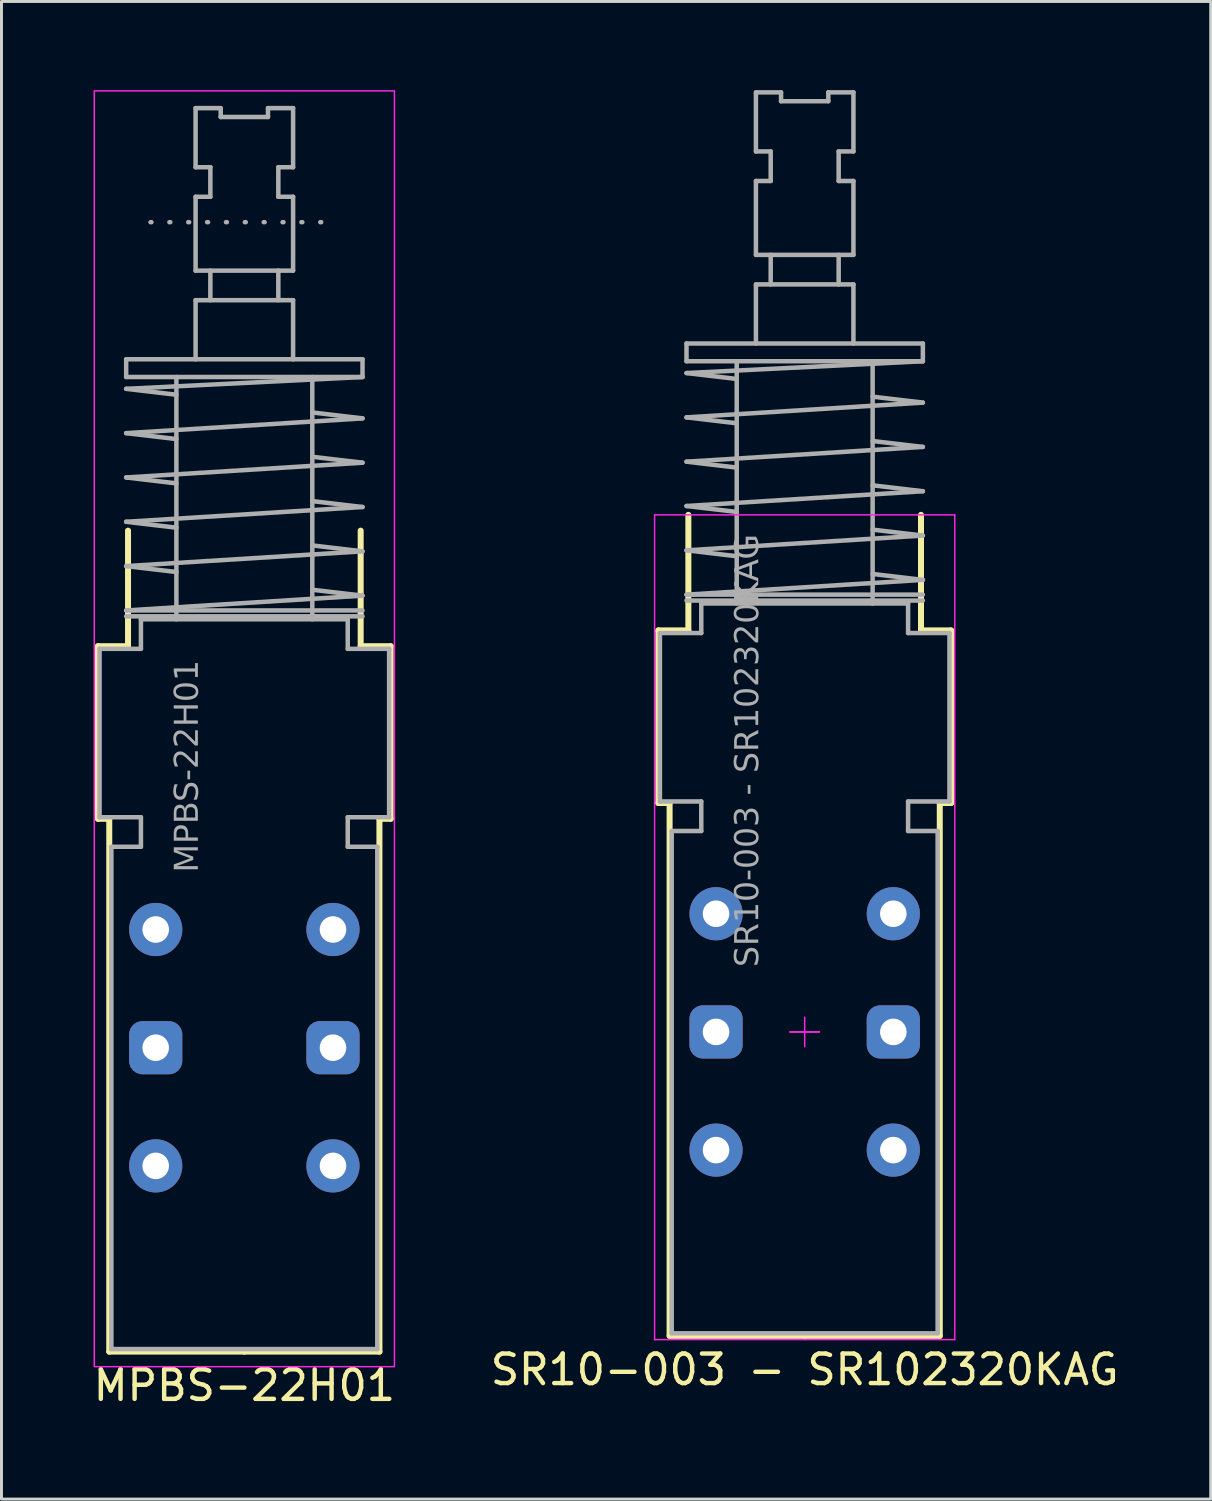
<source format=kicad_pcb>
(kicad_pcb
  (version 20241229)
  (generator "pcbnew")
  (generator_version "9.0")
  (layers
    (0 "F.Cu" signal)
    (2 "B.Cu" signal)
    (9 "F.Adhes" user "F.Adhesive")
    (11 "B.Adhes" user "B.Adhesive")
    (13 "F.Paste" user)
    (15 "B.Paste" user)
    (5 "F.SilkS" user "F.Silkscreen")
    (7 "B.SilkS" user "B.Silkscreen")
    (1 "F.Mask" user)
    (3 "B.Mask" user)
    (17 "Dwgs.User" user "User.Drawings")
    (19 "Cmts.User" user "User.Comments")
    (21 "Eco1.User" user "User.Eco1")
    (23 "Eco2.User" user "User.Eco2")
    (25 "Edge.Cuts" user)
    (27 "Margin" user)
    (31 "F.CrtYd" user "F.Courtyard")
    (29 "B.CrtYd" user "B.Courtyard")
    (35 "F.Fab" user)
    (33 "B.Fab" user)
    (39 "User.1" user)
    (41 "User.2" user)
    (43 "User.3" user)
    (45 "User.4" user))
  (footprint "SR10-003 - SR102320KAG"
    (layer "F.Cu")
    (at 24.185 31.876)
    (property "Reference" "SR10-003 - SR102320KAG" (at 0 11.43 0) (layer "F.SilkS") (effects (font (size 1 1) (thickness 0.15))))
    (attr through_hole)
    (fp_line (start -4.953 -13.589) (end -3.937 -13.589) (stroke (width 0.203) (type solid)) (layer "F.SilkS"))
    (fp_line (start -4.953 -7.747) (end -4.953 -13.589) (stroke (width 0.203) (type solid)) (layer "F.SilkS"))
    (fp_line (start -4.953 -7.747) (end -4.572 -7.747) (stroke (width 0.203) (type solid)) (layer "F.SilkS"))
    (fp_line (start -4.572 10.287) (end -4.572 -7.747) (stroke (width 0.203) (type solid)) (layer "F.SilkS"))
    (fp_line (start -4.572 10.287) (end 0 10.287) (stroke (width 0.203) (type solid)) (layer "F.SilkS"))
    (fp_line (start -3.937 -17.5) (end -3.937 -13.589) (stroke (width 0.203) (type solid)) (layer "F.SilkS"))
    (fp_line (start 3.937 -17.5) (end 3.937 -13.589) (stroke (width 0.203) (type solid)) (layer "F.SilkS"))
    (fp_line (start 4.572 10.287) (end 0 10.287) (stroke (width 0.203) (type solid)) (layer "F.SilkS"))
    (fp_line (start 4.572 10.287) (end 4.572 -7.747) (stroke (width 0.203) (type solid)) (layer "F.SilkS"))
    (fp_line (start 4.953 -13.589) (end 3.937 -13.589) (stroke (width 0.203) (type solid)) (layer "F.SilkS"))
    (fp_line (start 4.953 -7.747) (end 4.572 -7.747) (stroke (width 0.203) (type solid)) (layer "F.SilkS"))
    (fp_line (start 4.953 -7.747) (end 4.953 -13.589) (stroke (width 0.203) (type solid)) (layer "F.SilkS"))
    (fp_line (start -5.08 -17.5) (end -5.08 10.414) (stroke (width 0.05) (type solid)) (layer "F.CrtYd"))
    (fp_line (start -5.08 -17.5) (end 5.08 -17.5) (stroke (width 0.05) (type solid)) (layer "F.CrtYd"))
    (fp_line (start -0.5 0) (end 0.5 0) (stroke (width 0.05) (type default)) (layer "F.CrtYd"))
    (fp_line (start -0.5 0) (end 0.5 0) (stroke (width 0.05) (type default)) (layer "F.CrtYd"))
    (fp_line (start 0 0.5) (end 0 -0.5) (stroke (width 0.05) (type default)) (layer "F.CrtYd"))
    (fp_line (start 0 10.414) (end -5.08 10.414) (stroke (width 0.05) (type solid)) (layer "F.CrtYd"))
    (fp_line (start 0 10.414) (end 5.08 10.414) (stroke (width 0.05) (type solid)) (layer "F.CrtYd"))
    (fp_line (start 5.08 -17.5) (end 5.08 10.414) (stroke (width 0.05) (type solid)) (layer "F.CrtYd"))
    (fp_line (start -4.9 -13.5) (end -3.5 -13.5) (stroke (width 0.152) (type default)) (layer "F.Fab"))
    (fp_line (start -4.9 -7.8) (end -4.9 -13.5) (stroke (width 0.152) (type default)) (layer "F.Fab"))
    (fp_line (start -4.9 -7.8) (end -3.5 -7.8) (stroke (width 0.152) (type default)) (layer "F.Fab"))
    (fp_line (start -4.5 -6.8) (end -4.5 10.2) (stroke (width 0.152) (type default)) (layer "F.Fab"))
    (fp_line (start -4.5 10.2) (end 4.5 10.2) (stroke (width 0.152) (type default)) (layer "F.Fab"))
    (fp_line (start -4 -23.3) (end 4 -23.3) (stroke (width 0.152) (type default)) (layer "F.Fab"))
    (fp_line (start -4 -22.7) (end -4 -23.3) (stroke (width 0.152) (type default)) (layer "F.Fab"))
    (fp_line (start -4 -22.7) (end 4 -22.7) (stroke (width 0.152) (type default)) (layer "F.Fab"))
    (fp_line (start -4 -22.3) (end 4 -22.7) (stroke (width 0.152) (type default)) (layer "F.Fab"))
    (fp_line (start -4 -20.8) (end 4 -21.3) (stroke (width 0.152) (type default)) (layer "F.Fab"))
    (fp_line (start -4 -19.3) (end 4 -19.8) (stroke (width 0.152) (type default)) (layer "F.Fab"))
    (fp_line (start -4 -17.8) (end 4 -18.3) (stroke (width 0.152) (type default)) (layer "F.Fab"))
    (fp_line (start -4 -16.3) (end 4 -16.8) (stroke (width 0.152) (type default)) (layer "F.Fab"))
    (fp_line (start -4 -14.8) (end 4 -15.3) (stroke (width 0.152) (type default)) (layer "F.Fab"))
    (fp_line (start -4 -14.8) (end 4 -14.8) (stroke (width 0.152) (type default)) (layer "F.Fab"))
    (fp_line (start -4 -14.6) (end 4 -14.6) (stroke (width 0.152) (type default)) (layer "F.Fab"))
    (fp_line (start -3.5 -13.5) (end -3.5 -14.5) (stroke (width 0.152) (type default)) (layer "F.Fab"))
    (fp_line (start -3.5 -6.8) (end -4.5 -6.8) (stroke (width 0.152) (type default)) (layer "F.Fab"))
    (fp_line (start -3.5 -6.8) (end -3.5 -7.8) (stroke (width 0.152) (type default)) (layer "F.Fab"))
    (fp_line (start -2.3 -22.1) (end -4 -22.3) (stroke (width 0.152) (type default)) (layer "F.Fab"))
    (fp_line (start -2.3 -20.6) (end -4 -20.8) (stroke (width 0.152) (type default)) (layer "F.Fab"))
    (fp_line (start -2.3 -19.1) (end -4 -19.3) (stroke (width 0.152) (type default)) (layer "F.Fab"))
    (fp_line (start -2.3 -17.6) (end -4 -17.8) (stroke (width 0.152) (type default)) (layer "F.Fab"))
    (fp_line (start -2.3 -16.1) (end -4 -16.3) (stroke (width 0.152) (type default)) (layer "F.Fab"))
    (fp_line (start -2.3 -14.5) (end -2.3 -22.7) (stroke (width 0.152) (type default)) (layer "F.Fab"))
    (fp_line (start -1.65 -31.8) (end -0.8 -31.8) (stroke (width 0.152) (type default)) (layer "F.Fab"))
    (fp_line (start -1.65 -29.8) (end -1.65 -31.8) (stroke (width 0.152) (type default)) (layer "F.Fab"))
    (fp_line (start -1.65 -29.8) (end -1.15 -29.8) (stroke (width 0.152) (type default)) (layer "F.Fab"))
    (fp_line (start -1.65 -28.8) (end -1.65 -26.3) (stroke (width 0.152) (type default)) (layer "F.Fab"))
    (fp_line (start -1.65 -28.8) (end -1.15 -28.8) (stroke (width 0.152) (type default)) (layer "F.Fab"))
    (fp_line (start -1.65 -26.3) (end 1.65 -26.3) (stroke (width 0.152) (type default)) (layer "F.Fab"))
    (fp_line (start -1.65 -25.3) (end 1.65 -25.3) (stroke (width 0.152) (type default)) (layer "F.Fab"))
    (fp_line (start -1.65 -23.3) (end -1.65 -25.3) (stroke (width 0.152) (type default)) (layer "F.Fab"))
    (fp_line (start -1.15 -28.8) (end -1.15 -29.8) (stroke (width 0.152) (type default)) (layer "F.Fab"))
    (fp_line (start -1.15 -25.3) (end -1.15 -26.3) (stroke (width 0.152) (type default)) (layer "F.Fab"))
    (fp_line (start -0.8 -31.5) (end -0.8 -31.8) (stroke (width 0.152) (type default)) (layer "F.Fab"))
    (fp_line (start -0.8 -31.5) (end 0.8 -31.5) (stroke (width 0.152) (type default)) (layer "F.Fab"))
    (fp_line (start 0.8 -31.8) (end 1.65 -31.8) (stroke (width 0.152) (type default)) (layer "F.Fab"))
    (fp_line (start 0.8 -31.5) (end 0.8 -31.8) (stroke (width 0.152) (type default)) (layer "F.Fab"))
    (fp_line (start 1.15 -28.8) (end 1.15 -29.8) (stroke (width 0.152) (type default)) (layer "F.Fab"))
    (fp_line (start 1.15 -25.3) (end 1.15 -26.3) (stroke (width 0.152) (type default)) (layer "F.Fab"))
    (fp_line (start 1.65 -29.8) (end 1.15 -29.8) (stroke (width 0.152) (type default)) (layer "F.Fab"))
    (fp_line (start 1.65 -29.8) (end 1.65 -31.8) (stroke (width 0.152) (type default)) (layer "F.Fab"))
    (fp_line (start 1.65 -28.8) (end 1.15 -28.8) (stroke (width 0.152) (type default)) (layer "F.Fab"))
    (fp_line (start 1.65 -28.8) (end 1.65 -26.3) (stroke (width 0.152) (type default)) (layer "F.Fab"))
    (fp_line (start 1.65 -23.3) (end 1.65 -25.3) (stroke (width 0.152) (type default)) (layer "F.Fab"))
    (fp_line (start 2.3 -14.5) (end 2.3 -22.7) (stroke (width 0.152) (type default)) (layer "F.Fab"))
    (fp_line (start 3.5 -14.5) (end -3.5 -14.5) (stroke (width 0.152) (type default)) (layer "F.Fab"))
    (fp_line (start 3.5 -13.5) (end 3.5 -14.5) (stroke (width 0.152) (type default)) (layer "F.Fab"))
    (fp_line (start 3.5 -13.5) (end 4.9 -13.5) (stroke (width 0.152) (type default)) (layer "F.Fab"))
    (fp_line (start 3.5 -7.8) (end 4.9 -7.8) (stroke (width 0.152) (type default)) (layer "F.Fab"))
    (fp_line (start 3.5 -6.8) (end 3.5 -7.8) (stroke (width 0.152) (type default)) (layer "F.Fab"))
    (fp_line (start 3.5 -6.8) (end 4.5 -6.8) (stroke (width 0.152) (type default)) (layer "F.Fab"))
    (fp_line (start 4 -22.7) (end 4 -23.3) (stroke (width 0.152) (type default)) (layer "F.Fab"))
    (fp_line (start 4 -21.3) (end 2.3 -21.5) (stroke (width 0.152) (type default)) (layer "F.Fab"))
    (fp_line (start 4 -19.8) (end 2.3 -20) (stroke (width 0.152) (type default)) (layer "F.Fab"))
    (fp_line (start 4 -18.3) (end 2.3 -18.5) (stroke (width 0.152) (type default)) (layer "F.Fab"))
    (fp_line (start 4 -16.8) (end 2.3 -17) (stroke (width 0.152) (type default)) (layer "F.Fab"))
    (fp_line (start 4 -15.3) (end 2.3 -15.5) (stroke (width 0.152) (type default)) (layer "F.Fab"))
    (fp_line (start 4.5 -6.8) (end 4.5 10.2) (stroke (width 0.152) (type default)) (layer "F.Fab"))
    (fp_line (start 4.9 -7.8) (end 4.9 -13.5) (stroke (width 0.152) (type default)) (layer "F.Fab"))
    (fp_text user "${REFERENCE}" (at -1.905 -9.525 270) (layer "F.Fab") (effects (font (face "Tahoma") (size 0.8 0.8) (thickness 0.12))))
    (pad "A1" thru_hole circle (at -3 -4 180) (size 1.8 1.8) (drill 0.9) (layers "*.Cu" "*.Mask"))
    (pad "A2" thru_hole circle (at -3 4 180) (size 1.8 1.8) (drill 0.9) (layers "*.Cu" "*.Mask"))
    (pad "ACOM" thru_hole roundrect (at -3 0 180) (size 1.8 1.8) (drill 0.9) (layers "*.Cu" "*.Mask") (roundrect_rratio 0.25))
    (pad "B1" thru_hole circle (at 3 -4 180) (size 1.8 1.8) (drill 0.9) (layers "*.Cu" "*.Mask"))
    (pad "B2" thru_hole circle (at 3 4 180) (size 1.8 1.8) (drill 0.9) (layers "*.Cu" "*.Mask"))
    (pad "BCOM" thru_hole roundrect (at 3 0 180) (size 1.8 1.8) (drill 0.9) (layers "*.Cu" "*.Mask") (roundrect_rratio 0.25)))
  (footprint "MPBS-22H01"
    (layer "F.Cu")
    (at 5.22 32.41)
    (property "Reference" "MPBS-22H01" (at 0 11.43 0) (layer "F.SilkS") (effects (font (size 1 1) (thickness 0.15))))
    (attr through_hole)
    (fp_line (start -4.953 -13.589) (end -3.937 -13.589) (stroke (width 0.203) (type solid)) (layer "F.SilkS"))
    (fp_line (start -4.953 -7.747) (end -4.953 -13.589) (stroke (width 0.203) (type solid)) (layer "F.SilkS"))
    (fp_line (start -4.953 -7.747) (end -4.572 -7.747) (stroke (width 0.203) (type solid)) (layer "F.SilkS"))
    (fp_line (start -4.572 10.287) (end -4.572 -7.747) (stroke (width 0.203) (type solid)) (layer "F.SilkS"))
    (fp_line (start -4.572 10.287) (end 0 10.287) (stroke (width 0.203) (type solid)) (layer "F.SilkS"))
    (fp_line (start -3.937 -17.5) (end -3.937 -13.589) (stroke (width 0.203) (type solid)) (layer "F.SilkS"))
    (fp_line (start 3.937 -17.5) (end 3.937 -13.589) (stroke (width 0.203) (type solid)) (layer "F.SilkS"))
    (fp_line (start 4.572 10.287) (end 0 10.287) (stroke (width 0.203) (type solid)) (layer "F.SilkS"))
    (fp_line (start 4.572 10.287) (end 4.572 -7.747) (stroke (width 0.203) (type solid)) (layer "F.SilkS"))
    (fp_line (start 4.953 -13.589) (end 3.937 -13.589) (stroke (width 0.203) (type solid)) (layer "F.SilkS"))
    (fp_line (start 4.953 -7.747) (end 4.572 -7.747) (stroke (width 0.203) (type solid)) (layer "F.SilkS"))
    (fp_line (start 4.953 -7.747) (end 4.953 -13.589) (stroke (width 0.203) (type solid)) (layer "F.SilkS"))
    (fp_rect (start -5.08 10.795) (end 5.08 -32.385) (stroke (width 0.05) (type default)) (fill no) (layer "F.CrtYd"))
    (fp_line (start -4.9 -13.5) (end -3.5 -13.5) (stroke (width 0.152) (type default)) (layer "F.Fab"))
    (fp_line (start -4.9 -7.8) (end -4.9 -13.5) (stroke (width 0.152) (type default)) (layer "F.Fab"))
    (fp_line (start -4.9 -7.8) (end -3.5 -7.8) (stroke (width 0.152) (type default)) (layer "F.Fab"))
    (fp_line (start -4.5 -6.8) (end -4.5 10.2) (stroke (width 0.152) (type default)) (layer "F.Fab"))
    (fp_line (start -4.5 10.2) (end 4.5 10.2) (stroke (width 0.152) (type default)) (layer "F.Fab"))
    (fp_line (start -4 -23.3) (end 4 -23.3) (stroke (width 0.152) (type default)) (layer "F.Fab"))
    (fp_line (start -4 -22.7) (end -4 -23.3) (stroke (width 0.152) (type default)) (layer "F.Fab"))
    (fp_line (start -4 -22.7) (end 4 -22.7) (stroke (width 0.152) (type default)) (layer "F.Fab"))
    (fp_line (start -4 -22.3) (end 4 -22.7) (stroke (width 0.152) (type default)) (layer "F.Fab"))
    (fp_line (start -4 -20.8) (end 4 -21.3) (stroke (width 0.152) (type default)) (layer "F.Fab"))
    (fp_line (start -4 -19.3) (end 4 -19.8) (stroke (width 0.152) (type default)) (layer "F.Fab"))
    (fp_line (start -4 -17.8) (end 4 -18.3) (stroke (width 0.152) (type default)) (layer "F.Fab"))
    (fp_line (start -4 -16.3) (end 4 -16.8) (stroke (width 0.152) (type default)) (layer "F.Fab"))
    (fp_line (start -4 -14.8) (end 4 -15.3) (stroke (width 0.152) (type default)) (layer "F.Fab"))
    (fp_line (start -4 -14.8) (end 4 -14.8) (stroke (width 0.152) (type default)) (layer "F.Fab"))
    (fp_line (start -4 -14.6) (end 4 -14.6) (stroke (width 0.152) (type default)) (layer "F.Fab"))
    (fp_line (start -3.5 -13.5) (end -3.5 -14.5) (stroke (width 0.152) (type default)) (layer "F.Fab"))
    (fp_line (start -3.5 -6.8) (end -4.5 -6.8) (stroke (width 0.152) (type default)) (layer "F.Fab"))
    (fp_line (start -3.5 -6.8) (end -3.5 -7.8) (stroke (width 0.152) (type default)) (layer "F.Fab"))
    (fp_line (start -3.175 -27.94) (end 3.175 -27.94) (stroke (width 0.152) (type dot)) (layer "F.Fab"))
    (fp_line (start -2.3 -22.1) (end -4 -22.3) (stroke (width 0.152) (type default)) (layer "F.Fab"))
    (fp_line (start -2.3 -20.6) (end -4 -20.8) (stroke (width 0.152) (type default)) (layer "F.Fab"))
    (fp_line (start -2.3 -19.1) (end -4 -19.3) (stroke (width 0.152) (type default)) (layer "F.Fab"))
    (fp_line (start -2.3 -17.6) (end -4 -17.8) (stroke (width 0.152) (type default)) (layer "F.Fab"))
    (fp_line (start -2.3 -16.1) (end -4 -16.3) (stroke (width 0.152) (type default)) (layer "F.Fab"))
    (fp_line (start -2.3 -14.5) (end -2.3 -22.7) (stroke (width 0.152) (type default)) (layer "F.Fab"))
    (fp_line (start -1.65 -31.8) (end -0.8 -31.8) (stroke (width 0.152) (type default)) (layer "F.Fab"))
    (fp_line (start -1.65 -29.8) (end -1.65 -31.8) (stroke (width 0.152) (type default)) (layer "F.Fab"))
    (fp_line (start -1.65 -29.8) (end -1.15 -29.8) (stroke (width 0.152) (type default)) (layer "F.Fab"))
    (fp_line (start -1.65 -28.8) (end -1.65 -26.3) (stroke (width 0.152) (type default)) (layer "F.Fab"))
    (fp_line (start -1.65 -28.8) (end -1.15 -28.8) (stroke (width 0.152) (type default)) (layer "F.Fab"))
    (fp_line (start -1.65 -26.3) (end 1.65 -26.3) (stroke (width 0.152) (type default)) (layer "F.Fab"))
    (fp_line (start -1.65 -25.3) (end 1.65 -25.3) (stroke (width 0.152) (type default)) (layer "F.Fab"))
    (fp_line (start -1.65 -23.3) (end -1.65 -25.3) (stroke (width 0.152) (type default)) (layer "F.Fab"))
    (fp_line (start -1.15 -28.8) (end -1.15 -29.8) (stroke (width 0.152) (type default)) (layer "F.Fab"))
    (fp_line (start -1.15 -25.3) (end -1.15 -26.3) (stroke (width 0.152) (type default)) (layer "F.Fab"))
    (fp_line (start -0.8 -31.5) (end -0.8 -31.8) (stroke (width 0.152) (type default)) (layer "F.Fab"))
    (fp_line (start -0.8 -31.5) (end 0.8 -31.5) (stroke (width 0.152) (type default)) (layer "F.Fab"))
    (fp_line (start 0.8 -31.8) (end 1.65 -31.8) (stroke (width 0.152) (type default)) (layer "F.Fab"))
    (fp_line (start 0.8 -31.5) (end 0.8 -31.8) (stroke (width 0.152) (type default)) (layer "F.Fab"))
    (fp_line (start 1.15 -28.8) (end 1.15 -29.8) (stroke (width 0.152) (type default)) (layer "F.Fab"))
    (fp_line (start 1.15 -25.3) (end 1.15 -26.3) (stroke (width 0.152) (type default)) (layer "F.Fab"))
    (fp_line (start 1.65 -29.8) (end 1.15 -29.8) (stroke (width 0.152) (type default)) (layer "F.Fab"))
    (fp_line (start 1.65 -29.8) (end 1.65 -31.8) (stroke (width 0.152) (type default)) (layer "F.Fab"))
    (fp_line (start 1.65 -28.8) (end 1.15 -28.8) (stroke (width 0.152) (type default)) (layer "F.Fab"))
    (fp_line (start 1.65 -28.8) (end 1.65 -26.3) (stroke (width 0.152) (type default)) (layer "F.Fab"))
    (fp_line (start 1.65 -23.3) (end 1.65 -25.3) (stroke (width 0.152) (type default)) (layer "F.Fab"))
    (fp_line (start 2.3 -14.5) (end 2.3 -22.7) (stroke (width 0.152) (type default)) (layer "F.Fab"))
    (fp_line (start 3.5 -14.5) (end -3.5 -14.5) (stroke (width 0.152) (type default)) (layer "F.Fab"))
    (fp_line (start 3.5 -13.5) (end 3.5 -14.5) (stroke (width 0.152) (type default)) (layer "F.Fab"))
    (fp_line (start 3.5 -13.5) (end 4.9 -13.5) (stroke (width 0.152) (type default)) (layer "F.Fab"))
    (fp_line (start 3.5 -7.8) (end 4.9 -7.8) (stroke (width 0.152) (type default)) (layer "F.Fab"))
    (fp_line (start 3.5 -6.8) (end 3.5 -7.8) (stroke (width 0.152) (type default)) (layer "F.Fab"))
    (fp_line (start 3.5 -6.8) (end 4.5 -6.8) (stroke (width 0.152) (type default)) (layer "F.Fab"))
    (fp_line (start 4 -22.7) (end 4 -23.3) (stroke (width 0.152) (type default)) (layer "F.Fab"))
    (fp_line (start 4 -21.3) (end 2.3 -21.5) (stroke (width 0.152) (type default)) (layer "F.Fab"))
    (fp_line (start 4 -19.8) (end 2.3 -20) (stroke (width 0.152) (type default)) (layer "F.Fab"))
    (fp_line (start 4 -18.3) (end 2.3 -18.5) (stroke (width 0.152) (type default)) (layer "F.Fab"))
    (fp_line (start 4 -16.8) (end 2.3 -17) (stroke (width 0.152) (type default)) (layer "F.Fab"))
    (fp_line (start 4 -15.3) (end 2.3 -15.5) (stroke (width 0.152) (type default)) (layer "F.Fab"))
    (fp_line (start 4.5 -6.8) (end 4.5 10.2) (stroke (width 0.152) (type default)) (layer "F.Fab"))
    (fp_line (start 4.9 -7.8) (end 4.9 -13.5) (stroke (width 0.152) (type default)) (layer "F.Fab"))
    (fp_text user "${REFERENCE}" (at -1.905 -9.525 270) (layer "F.Fab") (effects (font (face "Tahoma") (size 0.8 0.8) (thickness 0.12))))
    (pad "COM1" thru_hole roundrect (at -3 0 180) (size 1.8 1.8) (drill 0.9) (layers "*.Cu" "*.Mask") (roundrect_rratio 0.25))
    (pad "COM2" thru_hole roundrect (at 3 0 180) (size 1.8 1.8) (drill 0.9) (layers "*.Cu" "*.Mask") (roundrect_rratio 0.25))
    (pad "NC1" thru_hole circle (at -3 -4 180) (size 1.8 1.8) (drill 0.9) (layers "*.Cu" "*.Mask"))
    (pad "NC2" thru_hole circle (at 3 -4 180) (size 1.8 1.8) (drill 0.9) (layers "*.Cu" "*.Mask"))
    (pad "NO1" thru_hole circle (at -3 4 180) (size 1.8 1.8) (drill 0.9) (layers "*.Cu" "*.Mask"))
    (pad "NO2" thru_hole circle (at 3 4 180) (size 1.8 1.8) (drill 0.9) (layers "*.Cu" "*.Mask")))
  (gr_rect
    (start -3 -3)
    (end 37.929 47.688)
    (stroke (width 0.1) (type default))
    (fill no)
    (layer "Edge.Cuts")))
</source>
